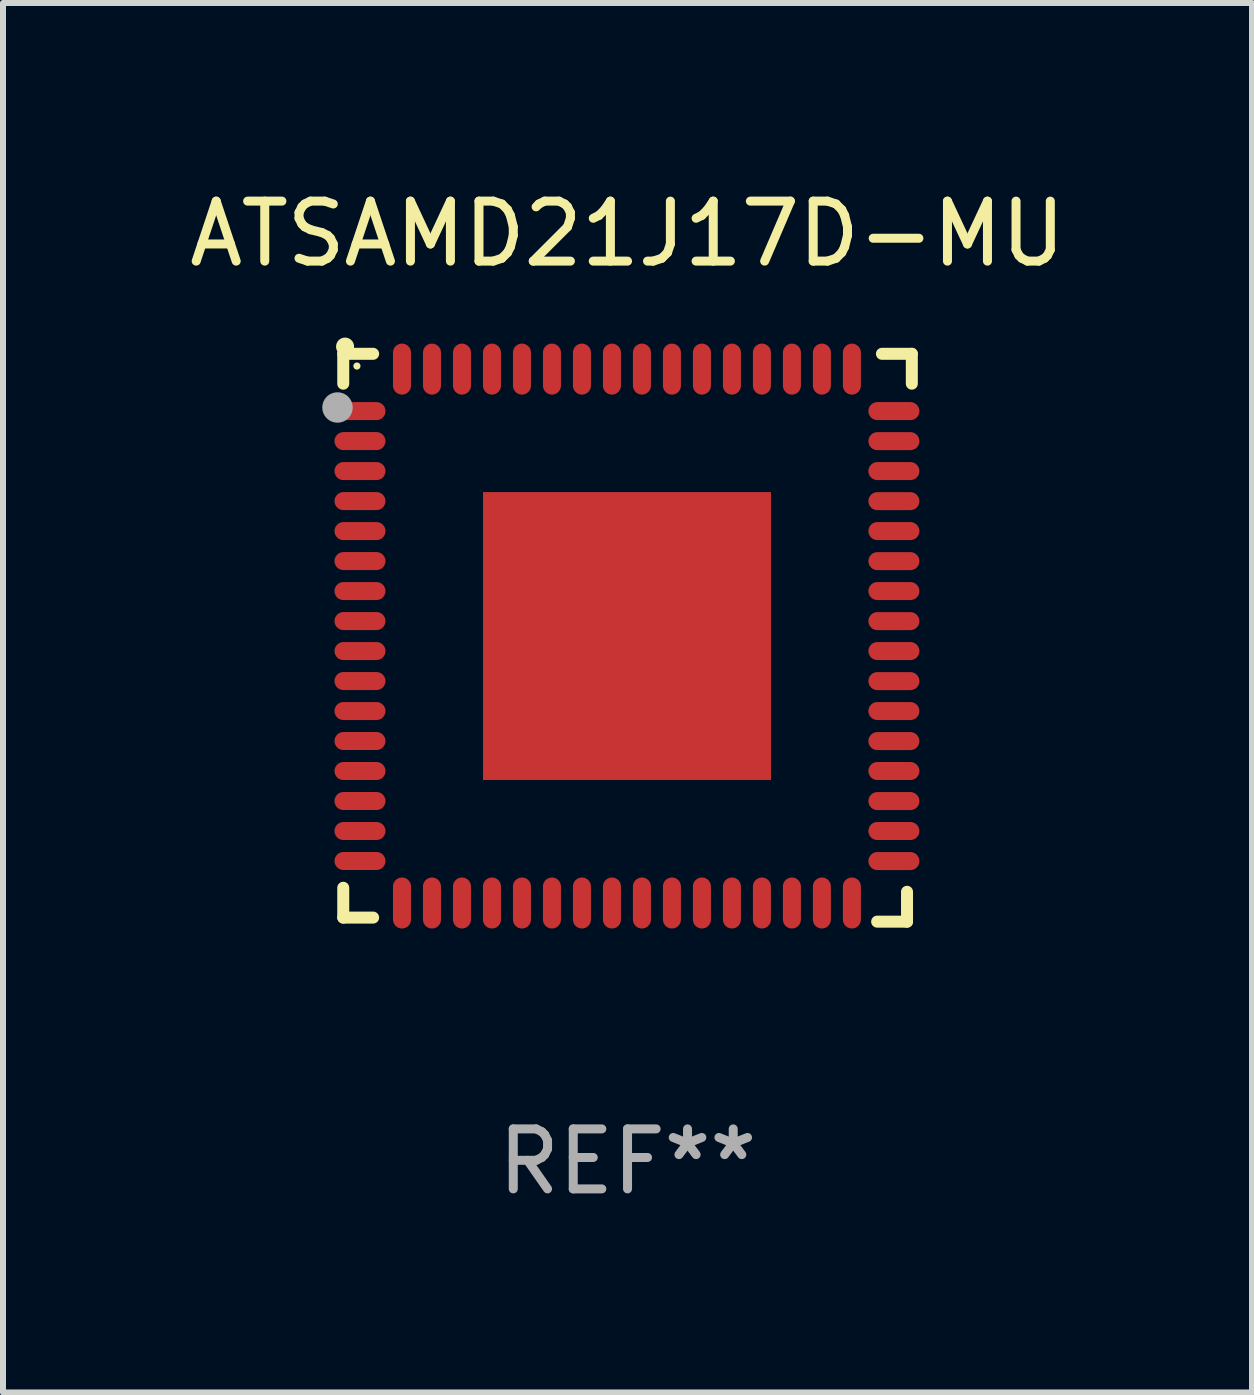
<source format=kicad_pcb>
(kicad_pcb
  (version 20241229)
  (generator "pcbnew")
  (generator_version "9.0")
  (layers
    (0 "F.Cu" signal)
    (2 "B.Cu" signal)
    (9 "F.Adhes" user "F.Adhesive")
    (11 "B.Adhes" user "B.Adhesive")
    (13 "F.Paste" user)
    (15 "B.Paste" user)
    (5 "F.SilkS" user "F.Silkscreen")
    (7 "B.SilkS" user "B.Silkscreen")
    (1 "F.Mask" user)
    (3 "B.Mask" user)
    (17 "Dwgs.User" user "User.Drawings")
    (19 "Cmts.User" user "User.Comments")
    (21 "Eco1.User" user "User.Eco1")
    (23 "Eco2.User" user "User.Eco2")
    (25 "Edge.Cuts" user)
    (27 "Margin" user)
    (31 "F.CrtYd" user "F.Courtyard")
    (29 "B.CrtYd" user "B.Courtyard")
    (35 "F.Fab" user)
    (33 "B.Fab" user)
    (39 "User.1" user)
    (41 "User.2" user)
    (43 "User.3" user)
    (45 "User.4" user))
  (footprint "ATSAMD21J17D-MU"
    (layer "F.Cu")
    (at 7.411 7.581)
    (property "Reference" "ATSAMD21J17D-MU" (at 0 -6.733 0) (layer "F.SilkS") (effects (font (size 1 1) (thickness 0.15))))
    (attr through_hole)
    (fp_line (start -4.739 -4.733) (end -4.241 -4.733) (stroke (width 0.2) (type solid)) (layer "F.SilkS"))
    (fp_line (start -4.739 -4.235) (end -4.739 -4.733) (stroke (width 0.2) (type solid)) (layer "F.SilkS"))
    (fp_line (start -4.739 4.168) (end -4.739 4.665) (stroke (width 0.2) (type solid)) (layer "F.SilkS"))
    (fp_line (start -4.739 4.665) (end -4.241 4.665) (stroke (width 0.2) (type solid)) (layer "F.SilkS"))
    (fp_line (start 4.161 4.733) (end 4.659 4.733) (stroke (width 0.2) (type solid)) (layer "F.SilkS"))
    (fp_line (start 4.241 -4.733) (end 4.739 -4.733) (stroke (width 0.2) (type solid)) (layer "F.SilkS"))
    (fp_line (start 4.659 4.733) (end 4.659 4.235) (stroke (width 0.2) (type solid)) (layer "F.SilkS"))
    (fp_line (start 4.739 -4.733) (end 4.739 -4.235) (stroke (width 0.2) (type solid)) (layer "F.SilkS"))
    (fp_arc (start -4.708623 -4.85108) (mid -4.708628 -4.85235) (end -4.708623 -4.85362) (stroke (width 0.3) (type solid)) (layer "F.SilkS"))
    (fp_circle (center -4.511 -4.529) (end -4.481 -4.529) (stroke (width 0.06) (type solid)) (fill no) (layer "F.SilkS"))
    (fp_circle (center -4.835 -3.838) (end -4.708 -3.838) (stroke (width 0.254) (type solid)) (fill no) (layer "F.Fab"))
    (fp_text user "REF**" (at 0 8.733 0) (layer "F.Fab") (effects (font (size 1 1) (thickness 0.15))))
    (pad "1" smd oval (at -4.46 -3.778) (size 0.85 0.3) (layers "F.Cu" "F.Mask" "F.Paste"))
    (pad "2" smd oval (at -4.46 -3.278) (size 0.85 0.3) (layers "F.Cu" "F.Mask" "F.Paste"))
    (pad "3" smd oval (at -4.46 -2.778) (size 0.85 0.3) (layers "F.Cu" "F.Mask" "F.Paste"))
    (pad "4" smd oval (at -4.46 -2.278) (size 0.85 0.3) (layers "F.Cu" "F.Mask" "F.Paste"))
    (pad "5" smd oval (at -4.46 -1.778) (size 0.85 0.3) (layers "F.Cu" "F.Mask" "F.Paste"))
    (pad "6" smd oval (at -4.46 -1.278) (size 0.85 0.3) (layers "F.Cu" "F.Mask" "F.Paste"))
    (pad "7" smd oval (at -4.46 -0.778) (size 0.85 0.3) (layers "F.Cu" "F.Mask" "F.Paste"))
    (pad "8" smd oval (at -4.46 -0.278) (size 0.85 0.3) (layers "F.Cu" "F.Mask" "F.Paste"))
    (pad "9" smd oval (at -4.46 0.222) (size 0.85 0.3) (layers "F.Cu" "F.Mask" "F.Paste"))
    (pad "10" smd oval (at -4.46 0.722) (size 0.85 0.3) (layers "F.Cu" "F.Mask" "F.Paste"))
    (pad "11" smd oval (at -4.46 1.222) (size 0.85 0.3) (layers "F.Cu" "F.Mask" "F.Paste"))
    (pad "12" smd oval (at -4.46 1.722) (size 0.85 0.3) (layers "F.Cu" "F.Mask" "F.Paste"))
    (pad "13" smd oval (at -4.46 2.222) (size 0.85 0.3) (layers "F.Cu" "F.Mask" "F.Paste"))
    (pad "14" smd oval (at -4.46 2.722) (size 0.85 0.3) (layers "F.Cu" "F.Mask" "F.Paste"))
    (pad "15" smd oval (at -4.46 3.222) (size 0.85 0.3) (layers "F.Cu" "F.Mask" "F.Paste"))
    (pad "16" smd oval (at -4.46 3.722) (size 0.85 0.3) (layers "F.Cu" "F.Mask" "F.Paste"))
    (pad "17" smd oval (at -3.76 4.422) (size 0.3 0.85) (layers "F.Cu" "F.Mask" "F.Paste"))
    (pad "18" smd oval (at -3.26 4.422) (size 0.3 0.85) (layers "F.Cu" "F.Mask" "F.Paste"))
    (pad "19" smd oval (at -2.76 4.422) (size 0.3 0.85) (layers "F.Cu" "F.Mask" "F.Paste"))
    (pad "20" smd oval (at -2.26 4.422) (size 0.3 0.85) (layers "F.Cu" "F.Mask" "F.Paste"))
    (pad "21" smd oval (at -1.76 4.422) (size 0.3 0.85) (layers "F.Cu" "F.Mask" "F.Paste"))
    (pad "22" smd oval (at -1.26 4.422) (size 0.3 0.85) (layers "F.Cu" "F.Mask" "F.Paste"))
    (pad "23" smd oval (at -0.76 4.422) (size 0.3 0.85) (layers "F.Cu" "F.Mask" "F.Paste"))
    (pad "24" smd oval (at -0.26 4.422) (size 0.3 0.85) (layers "F.Cu" "F.Mask" "F.Paste"))
    (pad "25" smd oval (at 0.24 4.422) (size 0.3 0.85) (layers "F.Cu" "F.Mask" "F.Paste"))
    (pad "26" smd oval (at 0.74 4.422) (size 0.3 0.85) (layers "F.Cu" "F.Mask" "F.Paste"))
    (pad "27" smd oval (at 1.24 4.422) (size 0.3 0.85) (layers "F.Cu" "F.Mask" "F.Paste"))
    (pad "28" smd oval (at 1.74 4.422) (size 0.3 0.85) (layers "F.Cu" "F.Mask" "F.Paste"))
    (pad "29" smd oval (at 2.24 4.422) (size 0.3 0.85) (layers "F.Cu" "F.Mask" "F.Paste"))
    (pad "30" smd oval (at 2.74 4.422) (size 0.3 0.85) (layers "F.Cu" "F.Mask" "F.Paste"))
    (pad "31" smd oval (at 3.24 4.422) (size 0.3 0.85) (layers "F.Cu" "F.Mask" "F.Paste"))
    (pad "32" smd oval (at 3.74 4.422) (size 0.3 0.85) (layers "F.Cu" "F.Mask" "F.Paste"))
    (pad "33" smd oval (at 4.44 3.723) (size 0.85 0.3) (layers "F.Cu" "F.Mask" "F.Paste"))
    (pad "34" smd oval (at 4.44 3.222) (size 0.85 0.3) (layers "F.Cu" "F.Mask" "F.Paste"))
    (pad "35" smd oval (at 4.44 2.723) (size 0.85 0.3) (layers "F.Cu" "F.Mask" "F.Paste"))
    (pad "36" smd oval (at 4.44 2.222) (size 0.85 0.3) (layers "F.Cu" "F.Mask" "F.Paste"))
    (pad "37" smd oval (at 4.44 1.723) (size 0.85 0.3) (layers "F.Cu" "F.Mask" "F.Paste"))
    (pad "38" smd oval (at 4.44 1.222) (size 0.85 0.3) (layers "F.Cu" "F.Mask" "F.Paste"))
    (pad "39" smd oval (at 4.44 0.723) (size 0.85 0.3) (layers "F.Cu" "F.Mask" "F.Paste"))
    (pad "40" smd oval (at 4.44 0.222) (size 0.85 0.3) (layers "F.Cu" "F.Mask" "F.Paste"))
    (pad "41" smd oval (at 4.44 -0.277) (size 0.85 0.3) (layers "F.Cu" "F.Mask" "F.Paste"))
    (pad "42" smd oval (at 4.44 -0.778) (size 0.85 0.3) (layers "F.Cu" "F.Mask" "F.Paste"))
    (pad "43" smd oval (at 4.44 -1.277) (size 0.85 0.3) (layers "F.Cu" "F.Mask" "F.Paste"))
    (pad "44" smd oval (at 4.44 -1.778) (size 0.85 0.3) (layers "F.Cu" "F.Mask" "F.Paste"))
    (pad "45" smd oval (at 4.44 -2.277) (size 0.85 0.3) (layers "F.Cu" "F.Mask" "F.Paste"))
    (pad "46" smd oval (at 4.44 -2.778) (size 0.85 0.3) (layers "F.Cu" "F.Mask" "F.Paste"))
    (pad "47" smd oval (at 4.44 -3.277) (size 0.85 0.3) (layers "F.Cu" "F.Mask" "F.Paste"))
    (pad "48" smd oval (at 4.44 -3.778) (size 0.85 0.3) (layers "F.Cu" "F.Mask" "F.Paste"))
    (pad "49" smd oval (at 3.74 -4.478) (size 0.3 0.85) (layers "F.Cu" "F.Mask" "F.Paste"))
    (pad "50" smd oval (at 3.24 -4.478) (size 0.3 0.85) (layers "F.Cu" "F.Mask" "F.Paste"))
    (pad "51" smd oval (at 2.74 -4.478) (size 0.3 0.85) (layers "F.Cu" "F.Mask" "F.Paste"))
    (pad "52" smd oval (at 2.24 -4.478) (size 0.3 0.85) (layers "F.Cu" "F.Mask" "F.Paste"))
    (pad "53" smd oval (at 1.74 -4.478) (size 0.3 0.85) (layers "F.Cu" "F.Mask" "F.Paste"))
    (pad "54" smd oval (at 1.24 -4.478) (size 0.3 0.85) (layers "F.Cu" "F.Mask" "F.Paste"))
    (pad "55" smd oval (at 0.74 -4.478) (size 0.3 0.85) (layers "F.Cu" "F.Mask" "F.Paste"))
    (pad "56" smd oval (at 0.24 -4.478) (size 0.3 0.85) (layers "F.Cu" "F.Mask" "F.Paste"))
    (pad "57" smd oval (at -0.26 -4.478) (size 0.3 0.85) (layers "F.Cu" "F.Mask" "F.Paste"))
    (pad "58" smd oval (at -0.76 -4.478) (size 0.3 0.85) (layers "F.Cu" "F.Mask" "F.Paste"))
    (pad "59" smd oval (at -1.26 -4.478) (size 0.3 0.85) (layers "F.Cu" "F.Mask" "F.Paste"))
    (pad "60" smd oval (at -1.76 -4.478) (size 0.3 0.85) (layers "F.Cu" "F.Mask" "F.Paste"))
    (pad "61" smd oval (at -2.26 -4.478) (size 0.3 0.85) (layers "F.Cu" "F.Mask" "F.Paste"))
    (pad "62" smd oval (at -2.76 -4.478) (size 0.3 0.85) (layers "F.Cu" "F.Mask" "F.Paste"))
    (pad "63" smd oval (at -3.26 -4.478) (size 0.3 0.85) (layers "F.Cu" "F.Mask" "F.Paste"))
    (pad "64" smd oval (at -3.76 -4.478) (size 0.3 0.85) (layers "F.Cu" "F.Mask" "F.Paste"))
    (pad "65" smd rect (at -0.009 -0.028 90) (size 4.8 4.8) (layers "F.Cu" "F.Mask" "F.Paste")))
  (gr_rect
    (start -3 -3)
    (end 17.821 20.162)
    (stroke (width 0.1) (type default))
    (fill no)
    (layer "Edge.Cuts")))
</source>
